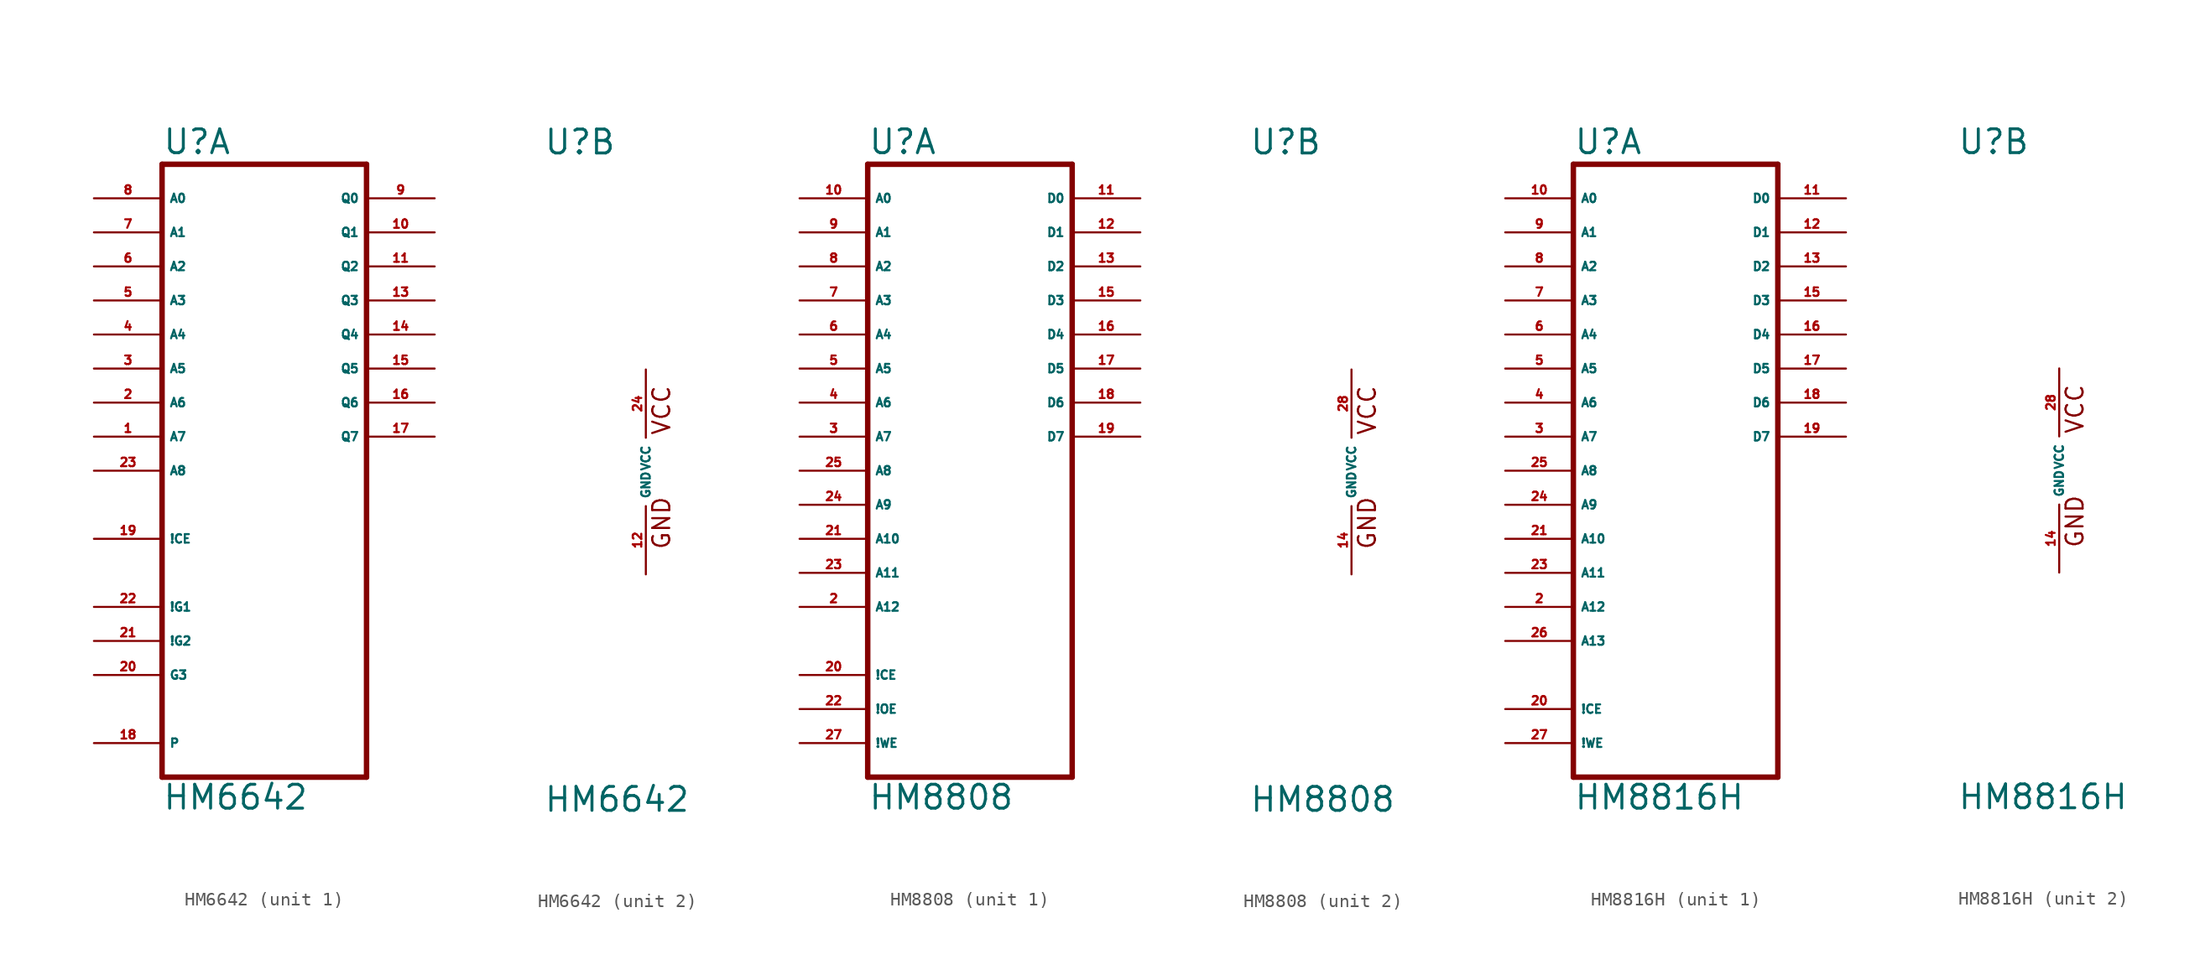
<source format=kicad_sym>
(kicad_symbol_lib
  (version 20220914)
  (generator Eagle2Kicad)
  (symbol "HM6642"
    (property "Reference" "U"
      (at -7.62 23.495 0)
      (effects (font (size 1.778 1.778) (thickness 0.22)) (justify left bottom)))
    (property "Value" "HM6642"
      (at -7.62 -25.4 0)
      (effects (font (size 1.778 1.778) (thickness 0.22)) (justify left bottom)))
    (symbol "HM6642_1_0"
      (polyline (pts (xy -7.62 -22.86) (xy 7.62 -22.86)) (stroke (width 0.406) (type default)) (fill (type none)))
      (polyline (pts (xy 7.62 -22.86) (xy 7.62 22.86)) (stroke (width 0.406) (type default)) (fill (type none)))
      (polyline (pts (xy 7.62 22.86) (xy -7.62 22.86)) (stroke (width 0.406) (type default)) (fill (type none)))
      (polyline (pts (xy -7.62 22.86) (xy -7.62 -22.86)) (stroke (width 0.406) (type default)) (fill (type none)))
      (pin input line (at -12.7 2.54 0) (length 5.08) (name "A7" (effects (font (size 0.635 0.635) (thickness 0.08)) (justify left bottom))) (number "1" (effects (font (size 0.635 0.635) (thickness 0.08)) (justify left bottom))))
      (pin input line (at -12.7 5.08 0) (length 5.08) (name "A6" (effects (font (size 0.635 0.635) (thickness 0.08)) (justify left bottom))) (number "2" (effects (font (size 0.635 0.635) (thickness 0.08)) (justify left bottom))))
      (pin input line (at -12.7 7.62 0) (length 5.08) (name "A5" (effects (font (size 0.635 0.635) (thickness 0.08)) (justify left bottom))) (number "3" (effects (font (size 0.635 0.635) (thickness 0.08)) (justify left bottom))))
      (pin input line (at -12.7 10.16 0) (length 5.08) (name "A4" (effects (font (size 0.635 0.635) (thickness 0.08)) (justify left bottom))) (number "4" (effects (font (size 0.635 0.635) (thickness 0.08)) (justify left bottom))))
      (pin input line (at -12.7 12.7 0) (length 5.08) (name "A3" (effects (font (size 0.635 0.635) (thickness 0.08)) (justify left bottom))) (number "5" (effects (font (size 0.635 0.635) (thickness 0.08)) (justify left bottom))))
      (pin input line (at -12.7 15.24 0) (length 5.08) (name "A2" (effects (font (size 0.635 0.635) (thickness 0.08)) (justify left bottom))) (number "6" (effects (font (size 0.635 0.635) (thickness 0.08)) (justify left bottom))))
      (pin input line (at -12.7 17.78 0) (length 5.08) (name "A1" (effects (font (size 0.635 0.635) (thickness 0.08)) (justify left bottom))) (number "7" (effects (font (size 0.635 0.635) (thickness 0.08)) (justify left bottom))))
      (pin input line (at -12.7 20.32 0) (length 5.08) (name "A0" (effects (font (size 0.635 0.635) (thickness 0.08)) (justify left bottom))) (number "8" (effects (font (size 0.635 0.635) (thickness 0.08)) (justify left bottom))))
      (pin tri_state line (at 12.7 20.32 180) (length 5.08) (name "Q0" (effects (font (size 0.635 0.635) (thickness 0.08)) (justify left bottom))) (number "9" (effects (font (size 0.635 0.635) (thickness 0.08)) (justify left bottom))))
      (pin tri_state line (at 12.7 17.78 180) (length 5.08) (name "Q1" (effects (font (size 0.635 0.635) (thickness 0.08)) (justify left bottom))) (number "10" (effects (font (size 0.635 0.635) (thickness 0.08)) (justify left bottom))))
      (pin tri_state line (at 12.7 15.24 180) (length 5.08) (name "Q2" (effects (font (size 0.635 0.635) (thickness 0.08)) (justify left bottom))) (number "11" (effects (font (size 0.635 0.635) (thickness 0.08)) (justify left bottom))))
      (pin tri_state line (at 12.7 12.7 180) (length 5.08) (name "Q3" (effects (font (size 0.635 0.635) (thickness 0.08)) (justify left bottom))) (number "13" (effects (font (size 0.635 0.635) (thickness 0.08)) (justify left bottom))))
      (pin tri_state line (at 12.7 10.16 180) (length 5.08) (name "Q4" (effects (font (size 0.635 0.635) (thickness 0.08)) (justify left bottom))) (number "14" (effects (font (size 0.635 0.635) (thickness 0.08)) (justify left bottom))))
      (pin tri_state line (at 12.7 7.62 180) (length 5.08) (name "Q5" (effects (font (size 0.635 0.635) (thickness 0.08)) (justify left bottom))) (number "15" (effects (font (size 0.635 0.635) (thickness 0.08)) (justify left bottom))))
      (pin tri_state line (at 12.7 5.08 180) (length 5.08) (name "Q6" (effects (font (size 0.635 0.635) (thickness 0.08)) (justify left bottom))) (number "16" (effects (font (size 0.635 0.635) (thickness 0.08)) (justify left bottom))))
      (pin tri_state line (at 12.7 2.54 180) (length 5.08) (name "Q7" (effects (font (size 0.635 0.635) (thickness 0.08)) (justify left bottom))) (number "17" (effects (font (size 0.635 0.635) (thickness 0.08)) (justify left bottom))))
      (pin input line (at -12.7 -20.32 0) (length 5.08) (name "P" (effects (font (size 0.635 0.635) (thickness 0.08)) (justify left bottom))) (number "18" (effects (font (size 0.635 0.635) (thickness 0.08)) (justify left bottom))))
      (pin input line (at -12.7 -5.08 0) (length 5.08) (name "!CE" (effects (font (size 0.635 0.635) (thickness 0.08)) (justify left bottom))) (number "19" (effects (font (size 0.635 0.635) (thickness 0.08)) (justify left bottom))))
      (pin input line (at -12.7 -15.24 0) (length 5.08) (name "G3" (effects (font (size 0.635 0.635) (thickness 0.08)) (justify left bottom))) (number "20" (effects (font (size 0.635 0.635) (thickness 0.08)) (justify left bottom))))
      (pin input line (at -12.7 -12.7 0) (length 5.08) (name "!G2" (effects (font (size 0.635 0.635) (thickness 0.08)) (justify left bottom))) (number "21" (effects (font (size 0.635 0.635) (thickness 0.08)) (justify left bottom))))
      (pin input line (at -12.7 -10.16 0) (length 5.08) (name "!G1" (effects (font (size 0.635 0.635) (thickness 0.08)) (justify left bottom))) (number "22" (effects (font (size 0.635 0.635) (thickness 0.08)) (justify left bottom))))
      (pin input line (at -12.7 0 0) (length 5.08) (name "A8" (effects (font (size 0.635 0.635) (thickness 0.08)) (justify left bottom))) (number "23" (effects (font (size 0.635 0.635) (thickness 0.08)) (justify left bottom)))))
    (symbol "HM6642_2_0"
      (text "GND" (at 1.905 -5.842 900) (effects (font (size 1.27 1.27) (thickness 0.16)) (justify left bottom)))
      (text "VCC" (at 1.905 2.667 900) (effects (font (size 1.27 1.27) (thickness 0.16)) (justify left bottom)))
      (pin unspecified line (at 0 -7.62 90) (length 5.08) (name "GND" (effects (font (size 0.635 0.635) (thickness 0.08)) (justify left bottom))) (number "12" (effects (font (size 0.635 0.635) (thickness 0.08)) (justify left bottom))))
      (pin unspecified line (at 0 7.62 270) (length 5.08) (name "VCC" (effects (font (size 0.635 0.635) (thickness 0.08)) (justify left bottom))) (number "24" (effects (font (size 0.635 0.635) (thickness 0.08)) (justify left bottom))))))
  (symbol "HM8808"
    (property "Reference" "U"
      (at -7.62 23.495 0)
      (effects (font (size 1.778 1.778) (thickness 0.22)) (justify left bottom)))
    (property "Value" "HM8808"
      (at -7.62 -25.4 0)
      (effects (font (size 1.778 1.778) (thickness 0.22)) (justify left bottom)))
    (symbol "HM8808_1_0"
      (polyline (pts (xy -7.62 -22.86) (xy 7.62 -22.86)) (stroke (width 0.406) (type default)) (fill (type none)))
      (polyline (pts (xy 7.62 -22.86) (xy 7.62 22.86)) (stroke (width 0.406) (type default)) (fill (type none)))
      (polyline (pts (xy 7.62 22.86) (xy -7.62 22.86)) (stroke (width 0.406) (type default)) (fill (type none)))
      (polyline (pts (xy -7.62 22.86) (xy -7.62 -22.86)) (stroke (width 0.406) (type default)) (fill (type none)))
      (pin input line (at -12.7 -10.16 0) (length 5.08) (name "A12" (effects (font (size 0.635 0.635) (thickness 0.08)) (justify left bottom))) (number "2" (effects (font (size 0.635 0.635) (thickness 0.08)) (justify left bottom))))
      (pin input line (at -12.7 2.54 0) (length 5.08) (name "A7" (effects (font (size 0.635 0.635) (thickness 0.08)) (justify left bottom))) (number "3" (effects (font (size 0.635 0.635) (thickness 0.08)) (justify left bottom))))
      (pin input line (at -12.7 5.08 0) (length 5.08) (name "A6" (effects (font (size 0.635 0.635) (thickness 0.08)) (justify left bottom))) (number "4" (effects (font (size 0.635 0.635) (thickness 0.08)) (justify left bottom))))
      (pin input line (at -12.7 7.62 0) (length 5.08) (name "A5" (effects (font (size 0.635 0.635) (thickness 0.08)) (justify left bottom))) (number "5" (effects (font (size 0.635 0.635) (thickness 0.08)) (justify left bottom))))
      (pin input line (at -12.7 10.16 0) (length 5.08) (name "A4" (effects (font (size 0.635 0.635) (thickness 0.08)) (justify left bottom))) (number "6" (effects (font (size 0.635 0.635) (thickness 0.08)) (justify left bottom))))
      (pin input line (at -12.7 12.7 0) (length 5.08) (name "A3" (effects (font (size 0.635 0.635) (thickness 0.08)) (justify left bottom))) (number "7" (effects (font (size 0.635 0.635) (thickness 0.08)) (justify left bottom))))
      (pin input line (at -12.7 15.24 0) (length 5.08) (name "A2" (effects (font (size 0.635 0.635) (thickness 0.08)) (justify left bottom))) (number "8" (effects (font (size 0.635 0.635) (thickness 0.08)) (justify left bottom))))
      (pin input line (at -12.7 17.78 0) (length 5.08) (name "A1" (effects (font (size 0.635 0.635) (thickness 0.08)) (justify left bottom))) (number "9" (effects (font (size 0.635 0.635) (thickness 0.08)) (justify left bottom))))
      (pin input line (at -12.7 20.32 0) (length 5.08) (name "A0" (effects (font (size 0.635 0.635) (thickness 0.08)) (justify left bottom))) (number "10" (effects (font (size 0.635 0.635) (thickness 0.08)) (justify left bottom))))
      (pin bidirectional line (at 12.7 20.32 180) (length 5.08) (name "D0" (effects (font (size 0.635 0.635) (thickness 0.08)) (justify left bottom))) (number "11" (effects (font (size 0.635 0.635) (thickness 0.08)) (justify left bottom))))
      (pin bidirectional line (at 12.7 17.78 180) (length 5.08) (name "D1" (effects (font (size 0.635 0.635) (thickness 0.08)) (justify left bottom))) (number "12" (effects (font (size 0.635 0.635) (thickness 0.08)) (justify left bottom))))
      (pin bidirectional line (at 12.7 15.24 180) (length 5.08) (name "D2" (effects (font (size 0.635 0.635) (thickness 0.08)) (justify left bottom))) (number "13" (effects (font (size 0.635 0.635) (thickness 0.08)) (justify left bottom))))
      (pin bidirectional line (at 12.7 12.7 180) (length 5.08) (name "D3" (effects (font (size 0.635 0.635) (thickness 0.08)) (justify left bottom))) (number "15" (effects (font (size 0.635 0.635) (thickness 0.08)) (justify left bottom))))
      (pin bidirectional line (at 12.7 10.16 180) (length 5.08) (name "D4" (effects (font (size 0.635 0.635) (thickness 0.08)) (justify left bottom))) (number "16" (effects (font (size 0.635 0.635) (thickness 0.08)) (justify left bottom))))
      (pin bidirectional line (at 12.7 7.62 180) (length 5.08) (name "D5" (effects (font (size 0.635 0.635) (thickness 0.08)) (justify left bottom))) (number "17" (effects (font (size 0.635 0.635) (thickness 0.08)) (justify left bottom))))
      (pin bidirectional line (at 12.7 5.08 180) (length 5.08) (name "D6" (effects (font (size 0.635 0.635) (thickness 0.08)) (justify left bottom))) (number "18" (effects (font (size 0.635 0.635) (thickness 0.08)) (justify left bottom))))
      (pin bidirectional line (at 12.7 2.54 180) (length 5.08) (name "D7" (effects (font (size 0.635 0.635) (thickness 0.08)) (justify left bottom))) (number "19" (effects (font (size 0.635 0.635) (thickness 0.08)) (justify left bottom))))
      (pin input line (at -12.7 -15.24 0) (length 5.08) (name "!CE" (effects (font (size 0.635 0.635) (thickness 0.08)) (justify left bottom))) (number "20" (effects (font (size 0.635 0.635) (thickness 0.08)) (justify left bottom))))
      (pin input line (at -12.7 -5.08 0) (length 5.08) (name "A10" (effects (font (size 0.635 0.635) (thickness 0.08)) (justify left bottom))) (number "21" (effects (font (size 0.635 0.635) (thickness 0.08)) (justify left bottom))))
      (pin input line (at -12.7 -17.78 0) (length 5.08) (name "!OE" (effects (font (size 0.635 0.635) (thickness 0.08)) (justify left bottom))) (number "22" (effects (font (size 0.635 0.635) (thickness 0.08)) (justify left bottom))))
      (pin input line (at -12.7 -7.62 0) (length 5.08) (name "A11" (effects (font (size 0.635 0.635) (thickness 0.08)) (justify left bottom))) (number "23" (effects (font (size 0.635 0.635) (thickness 0.08)) (justify left bottom))))
      (pin input line (at -12.7 -2.54 0) (length 5.08) (name "A9" (effects (font (size 0.635 0.635) (thickness 0.08)) (justify left bottom))) (number "24" (effects (font (size 0.635 0.635) (thickness 0.08)) (justify left bottom))))
      (pin input line (at -12.7 0 0) (length 5.08) (name "A8" (effects (font (size 0.635 0.635) (thickness 0.08)) (justify left bottom))) (number "25" (effects (font (size 0.635 0.635) (thickness 0.08)) (justify left bottom))))
      (pin input line (at -12.7 -20.32 0) (length 5.08) (name "!WE" (effects (font (size 0.635 0.635) (thickness 0.08)) (justify left bottom))) (number "27" (effects (font (size 0.635 0.635) (thickness 0.08)) (justify left bottom)))))
    (symbol "HM8808_2_0"
      (text "GND" (at 1.905 -5.842 900) (effects (font (size 1.27 1.27) (thickness 0.16)) (justify left bottom)))
      (text "VCC" (at 1.905 2.667 900) (effects (font (size 1.27 1.27) (thickness 0.16)) (justify left bottom)))
      (pin unspecified line (at 0 -7.62 90) (length 5.08) (name "GND" (effects (font (size 0.635 0.635) (thickness 0.08)) (justify left bottom))) (number "14" (effects (font (size 0.635 0.635) (thickness 0.08)) (justify left bottom))))
      (pin unspecified line (at 0 7.62 270) (length 5.08) (name "VCC" (effects (font (size 0.635 0.635) (thickness 0.08)) (justify left bottom))) (number "28" (effects (font (size 0.635 0.635) (thickness 0.08)) (justify left bottom))))))
  (symbol "HM8816H"
    (property "Reference" "U"
      (at -7.62 23.495 0)
      (effects (font (size 1.778 1.778) (thickness 0.22)) (justify left bottom)))
    (property "Value" "HM8816H"
      (at -7.62 -25.4 0)
      (effects (font (size 1.778 1.778) (thickness 0.22)) (justify left bottom)))
    (symbol "HM8816H_1_0"
      (polyline (pts (xy -7.62 -22.86) (xy 7.62 -22.86)) (stroke (width 0.406) (type default)) (fill (type none)))
      (polyline (pts (xy 7.62 -22.86) (xy 7.62 22.86)) (stroke (width 0.406) (type default)) (fill (type none)))
      (polyline (pts (xy 7.62 22.86) (xy -7.62 22.86)) (stroke (width 0.406) (type default)) (fill (type none)))
      (polyline (pts (xy -7.62 22.86) (xy -7.62 -22.86)) (stroke (width 0.406) (type default)) (fill (type none)))
      (pin input line (at -12.7 -10.16 0) (length 5.08) (name "A12" (effects (font (size 0.635 0.635) (thickness 0.08)) (justify left bottom))) (number "2" (effects (font (size 0.635 0.635) (thickness 0.08)) (justify left bottom))))
      (pin input line (at -12.7 2.54 0) (length 5.08) (name "A7" (effects (font (size 0.635 0.635) (thickness 0.08)) (justify left bottom))) (number "3" (effects (font (size 0.635 0.635) (thickness 0.08)) (justify left bottom))))
      (pin input line (at -12.7 5.08 0) (length 5.08) (name "A6" (effects (font (size 0.635 0.635) (thickness 0.08)) (justify left bottom))) (number "4" (effects (font (size 0.635 0.635) (thickness 0.08)) (justify left bottom))))
      (pin input line (at -12.7 7.62 0) (length 5.08) (name "A5" (effects (font (size 0.635 0.635) (thickness 0.08)) (justify left bottom))) (number "5" (effects (font (size 0.635 0.635) (thickness 0.08)) (justify left bottom))))
      (pin input line (at -12.7 10.16 0) (length 5.08) (name "A4" (effects (font (size 0.635 0.635) (thickness 0.08)) (justify left bottom))) (number "6" (effects (font (size 0.635 0.635) (thickness 0.08)) (justify left bottom))))
      (pin input line (at -12.7 12.7 0) (length 5.08) (name "A3" (effects (font (size 0.635 0.635) (thickness 0.08)) (justify left bottom))) (number "7" (effects (font (size 0.635 0.635) (thickness 0.08)) (justify left bottom))))
      (pin input line (at -12.7 15.24 0) (length 5.08) (name "A2" (effects (font (size 0.635 0.635) (thickness 0.08)) (justify left bottom))) (number "8" (effects (font (size 0.635 0.635) (thickness 0.08)) (justify left bottom))))
      (pin input line (at -12.7 17.78 0) (length 5.08) (name "A1" (effects (font (size 0.635 0.635) (thickness 0.08)) (justify left bottom))) (number "9" (effects (font (size 0.635 0.635) (thickness 0.08)) (justify left bottom))))
      (pin input line (at -12.7 20.32 0) (length 5.08) (name "A0" (effects (font (size 0.635 0.635) (thickness 0.08)) (justify left bottom))) (number "10" (effects (font (size 0.635 0.635) (thickness 0.08)) (justify left bottom))))
      (pin bidirectional line (at 12.7 20.32 180) (length 5.08) (name "D0" (effects (font (size 0.635 0.635) (thickness 0.08)) (justify left bottom))) (number "11" (effects (font (size 0.635 0.635) (thickness 0.08)) (justify left bottom))))
      (pin bidirectional line (at 12.7 17.78 180) (length 5.08) (name "D1" (effects (font (size 0.635 0.635) (thickness 0.08)) (justify left bottom))) (number "12" (effects (font (size 0.635 0.635) (thickness 0.08)) (justify left bottom))))
      (pin bidirectional line (at 12.7 15.24 180) (length 5.08) (name "D2" (effects (font (size 0.635 0.635) (thickness 0.08)) (justify left bottom))) (number "13" (effects (font (size 0.635 0.635) (thickness 0.08)) (justify left bottom))))
      (pin bidirectional line (at 12.7 12.7 180) (length 5.08) (name "D3" (effects (font (size 0.635 0.635) (thickness 0.08)) (justify left bottom))) (number "15" (effects (font (size 0.635 0.635) (thickness 0.08)) (justify left bottom))))
      (pin bidirectional line (at 12.7 10.16 180) (length 5.08) (name "D4" (effects (font (size 0.635 0.635) (thickness 0.08)) (justify left bottom))) (number "16" (effects (font (size 0.635 0.635) (thickness 0.08)) (justify left bottom))))
      (pin bidirectional line (at 12.7 7.62 180) (length 5.08) (name "D5" (effects (font (size 0.635 0.635) (thickness 0.08)) (justify left bottom))) (number "17" (effects (font (size 0.635 0.635) (thickness 0.08)) (justify left bottom))))
      (pin bidirectional line (at 12.7 5.08 180) (length 5.08) (name "D6" (effects (font (size 0.635 0.635) (thickness 0.08)) (justify left bottom))) (number "18" (effects (font (size 0.635 0.635) (thickness 0.08)) (justify left bottom))))
      (pin bidirectional line (at 12.7 2.54 180) (length 5.08) (name "D7" (effects (font (size 0.635 0.635) (thickness 0.08)) (justify left bottom))) (number "19" (effects (font (size 0.635 0.635) (thickness 0.08)) (justify left bottom))))
      (pin input line (at -12.7 -17.78 0) (length 5.08) (name "!CE" (effects (font (size 0.635 0.635) (thickness 0.08)) (justify left bottom))) (number "20" (effects (font (size 0.635 0.635) (thickness 0.08)) (justify left bottom))))
      (pin input line (at -12.7 -5.08 0) (length 5.08) (name "A10" (effects (font (size 0.635 0.635) (thickness 0.08)) (justify left bottom))) (number "21" (effects (font (size 0.635 0.635) (thickness 0.08)) (justify left bottom))))
      (pin input line (at -12.7 -7.62 0) (length 5.08) (name "A11" (effects (font (size 0.635 0.635) (thickness 0.08)) (justify left bottom))) (number "23" (effects (font (size 0.635 0.635) (thickness 0.08)) (justify left bottom))))
      (pin input line (at -12.7 -2.54 0) (length 5.08) (name "A9" (effects (font (size 0.635 0.635) (thickness 0.08)) (justify left bottom))) (number "24" (effects (font (size 0.635 0.635) (thickness 0.08)) (justify left bottom))))
      (pin input line (at -12.7 0 0) (length 5.08) (name "A8" (effects (font (size 0.635 0.635) (thickness 0.08)) (justify left bottom))) (number "25" (effects (font (size 0.635 0.635) (thickness 0.08)) (justify left bottom))))
      (pin input line (at -12.7 -12.7 0) (length 5.08) (name "A13" (effects (font (size 0.635 0.635) (thickness 0.08)) (justify left bottom))) (number "26" (effects (font (size 0.635 0.635) (thickness 0.08)) (justify left bottom))))
      (pin input line (at -12.7 -20.32 0) (length 5.08) (name "!WE" (effects (font (size 0.635 0.635) (thickness 0.08)) (justify left bottom))) (number "27" (effects (font (size 0.635 0.635) (thickness 0.08)) (justify left bottom)))))
    (symbol "HM8816H_2_0"
      (text "GND" (at 1.905 -5.842 900) (effects (font (size 1.27 1.27) (thickness 0.16)) (justify left bottom)))
      (text "VCC" (at 1.905 2.667 900) (effects (font (size 1.27 1.27) (thickness 0.16)) (justify left bottom)))
      (pin unspecified line (at 0 -7.62 90) (length 5.08) (name "GND" (effects (font (size 0.635 0.635) (thickness 0.08)) (justify left bottom))) (number "14" (effects (font (size 0.635 0.635) (thickness 0.08)) (justify left bottom))))
      (pin unspecified line (at 0 7.62 270) (length 5.08) (name "VCC" (effects (font (size 0.635 0.635) (thickness 0.08)) (justify left bottom))) (number "28" (effects (font (size 0.635 0.635) (thickness 0.08)) (justify left bottom)))))))
</source>
